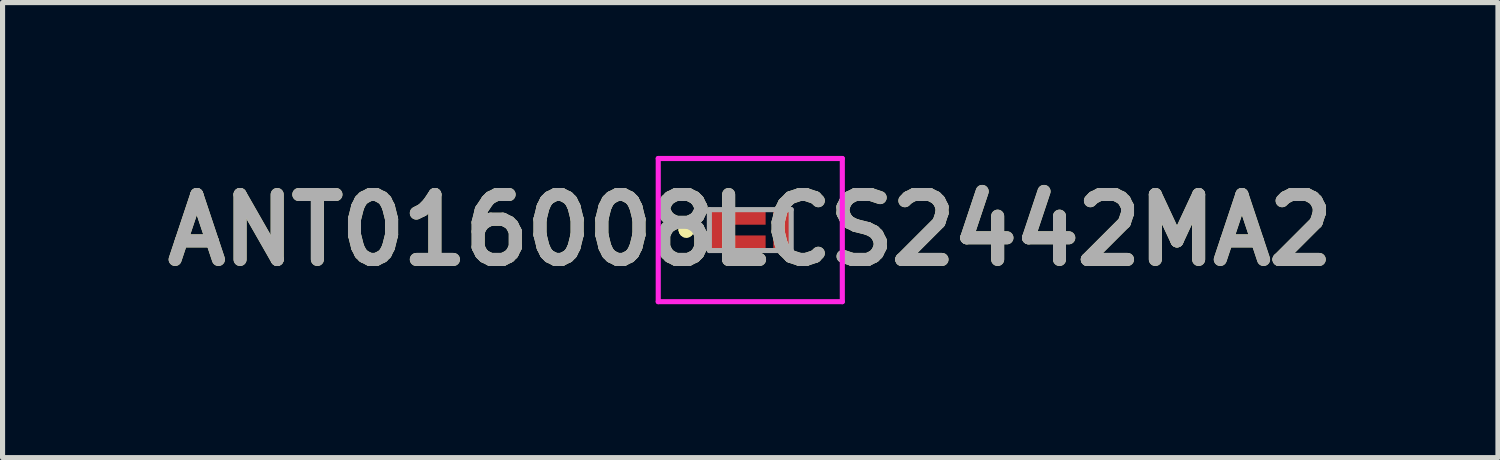
<source format=kicad_pcb>
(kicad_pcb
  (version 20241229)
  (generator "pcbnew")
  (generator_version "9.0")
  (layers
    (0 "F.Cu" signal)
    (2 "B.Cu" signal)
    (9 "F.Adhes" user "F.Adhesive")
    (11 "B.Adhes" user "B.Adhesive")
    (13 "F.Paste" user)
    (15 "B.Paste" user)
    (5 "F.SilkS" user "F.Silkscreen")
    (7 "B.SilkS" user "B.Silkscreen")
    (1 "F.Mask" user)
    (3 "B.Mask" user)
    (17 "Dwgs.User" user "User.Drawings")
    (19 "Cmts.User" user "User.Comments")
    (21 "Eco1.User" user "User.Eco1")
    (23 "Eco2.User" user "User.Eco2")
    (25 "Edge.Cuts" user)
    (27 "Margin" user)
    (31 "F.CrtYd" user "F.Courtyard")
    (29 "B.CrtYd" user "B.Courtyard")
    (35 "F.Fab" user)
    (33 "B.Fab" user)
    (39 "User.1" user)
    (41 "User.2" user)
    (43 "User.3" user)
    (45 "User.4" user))
  (footprint "ANT016008LCS2442MA2"
    (layer "F.Cu")
    (at 11.624 1.45)
    (property "Reference" "ANT016008LCS2442MA2" (at 0 0 0) (layer "F.SilkS") (effects (font (size 1.27 1.27) (thickness 0.254))))
    (attr smd)
    (fp_line (start -1.3 0) (end -1.3 0) (stroke (width 0.2) (type solid)) (layer "F.SilkS"))
    (fp_line (start -1.3 0) (end -1.3 0) (stroke (width 0.2) (type solid)) (layer "F.SilkS"))
    (fp_line (start -1.2 0) (end -1.2 0) (stroke (width 0.2) (type solid)) (layer "F.SilkS"))
    (fp_arc (start -1.3 0) (mid -1.25 -0.05) (end -1.2 0) (stroke (width 0.2) (type solid)) (layer "F.SilkS"))
    (fp_arc (start -1.2 0) (mid -1.25 0.05) (end -1.3 0) (stroke (width 0.2) (type solid)) (layer "F.SilkS"))
    (fp_arc (start -1.2 0) (mid -1.25 0.05) (end -1.3 0) (stroke (width 0.2) (type solid)) (layer "F.SilkS"))
    (fp_line (start -1.8 -1.4) (end 1.8 -1.4) (stroke (width 0.1) (type solid)) (layer "F.CrtYd"))
    (fp_line (start -1.8 1.4) (end -1.8 -1.4) (stroke (width 0.1) (type solid)) (layer "F.CrtYd"))
    (fp_line (start 1.8 -1.4) (end 1.8 1.4) (stroke (width 0.1) (type solid)) (layer "F.CrtYd"))
    (fp_line (start 1.8 1.4) (end -1.8 1.4) (stroke (width 0.1) (type solid)) (layer "F.CrtYd"))
    (fp_line (start -0.8 -0.4) (end -0.8 0.4) (stroke (width 0.1) (type solid)) (layer "F.Fab"))
    (fp_line (start -0.8 0.4) (end 0.8 0.4) (stroke (width 0.1) (type solid)) (layer "F.Fab"))
    (fp_line (start 0.8 -0.4) (end -0.8 -0.4) (stroke (width 0.1) (type solid)) (layer "F.Fab"))
    (fp_line (start 0.8 0.4) (end 0.8 -0.4) (stroke (width 0.1) (type solid)) (layer "F.Fab"))
    (fp_text user "${REFERENCE}" (at 0 0 0) (layer "F.Fab") (effects (font (size 1.27 1.27) (thickness 0.254))))
    (pad "1" smd rect (at -0.625 0) (size 0.35 0.8) (layers "F.Cu" "F.Mask" "F.Paste"))
    (pad "2" smd rect (at 0 0.235 90) (size 0.26 0.6) (layers "F.Cu" "F.Mask" "F.Paste"))
    (pad "4" smd rect (at 0.625 0) (size 0.35 0.8) (layers "F.Cu" "F.Mask" "F.Paste"))
    (pad "6" smd rect (at 0 -0.235 90) (size 0.26 0.6) (layers "F.Cu" "F.Mask" "F.Paste")))
  (gr_rect
    (start -3 -3)
    (end 26.247 5.9)
    (stroke (width 0.1) (type default))
    (fill no)
    (layer "Edge.Cuts")))
</source>
